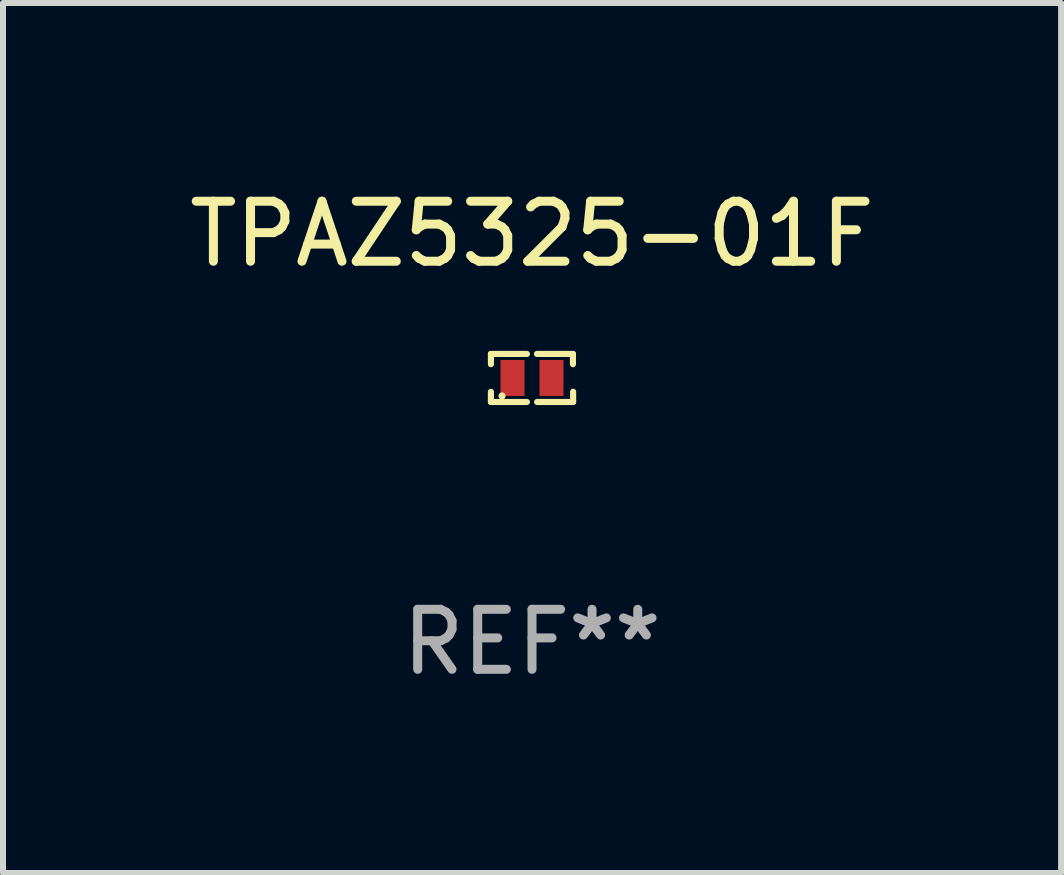
<source format=kicad_pcb>
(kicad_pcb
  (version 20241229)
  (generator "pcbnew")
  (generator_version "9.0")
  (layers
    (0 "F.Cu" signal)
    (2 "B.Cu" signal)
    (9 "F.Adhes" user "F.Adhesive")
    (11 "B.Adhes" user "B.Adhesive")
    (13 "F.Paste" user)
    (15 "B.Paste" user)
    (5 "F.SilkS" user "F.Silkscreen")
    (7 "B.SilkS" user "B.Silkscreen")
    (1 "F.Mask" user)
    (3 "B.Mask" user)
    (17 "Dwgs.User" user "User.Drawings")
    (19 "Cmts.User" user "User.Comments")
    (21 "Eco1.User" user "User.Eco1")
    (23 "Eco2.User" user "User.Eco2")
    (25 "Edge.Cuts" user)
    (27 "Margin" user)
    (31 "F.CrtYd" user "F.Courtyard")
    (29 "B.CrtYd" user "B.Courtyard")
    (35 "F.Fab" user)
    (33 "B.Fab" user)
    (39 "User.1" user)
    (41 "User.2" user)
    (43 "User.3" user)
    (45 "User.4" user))
  (footprint "TPAZ5325-01F"
    (layer "F.Cu")
    (at 5.815 3.248)
    (property "Reference" "TPAZ5325-01F" (at 0 -2.4 0) (layer "F.SilkS") (effects (font (size 1 1) (thickness 0.15))))
    (attr through_hole)
    (fp_line (start -0.685 -0.4) (end -0.685 -0.23) (stroke (width 0.102) (type solid)) (layer "F.SilkS"))
    (fp_line (start -0.685 0.4) (end -0.685 0.23) (stroke (width 0.102) (type solid)) (layer "F.SilkS"))
    (fp_line (start -0.085 -0.4) (end -0.685 -0.4) (stroke (width 0.102) (type solid)) (layer "F.SilkS"))
    (fp_line (start -0.085 0.4) (end -0.685 0.4) (stroke (width 0.102) (type solid)) (layer "F.SilkS"))
    (fp_line (start 0.082 -0.4) (end 0.682 -0.4) (stroke (width 0.102) (type solid)) (layer "F.SilkS"))
    (fp_line (start 0.085 0.4) (end 0.685 0.4) (stroke (width 0.102) (type solid)) (layer "F.SilkS"))
    (fp_line (start 0.682 -0.4) (end 0.682 -0.23) (stroke (width 0.102) (type solid)) (layer "F.SilkS"))
    (fp_line (start 0.685 0.4) (end 0.685 0.23) (stroke (width 0.102) (type solid)) (layer "F.SilkS"))
    (fp_circle (center -0.5 0.3) (end -0.47 0.3) (stroke (width 0.06) (type solid)) (fill no) (layer "F.SilkS"))
    (fp_text user "REF**" (at 0 4.4 0) (layer "F.Fab") (effects (font (size 1 1) (thickness 0.15))))
    (pad "1" smd rect (at -0.325 0) (size 0.4 0.6) (layers "F.Cu" "F.Mask" "F.Paste"))
    (pad "2" smd rect (at 0.325 0) (size 0.4 0.6) (layers "F.Cu" "F.Mask" "F.Paste")))
  (gr_rect
    (start -3 -3)
    (end 14.631 11.497)
    (stroke (width 0.1) (type default))
    (fill no)
    (layer "Edge.Cuts")))
</source>
